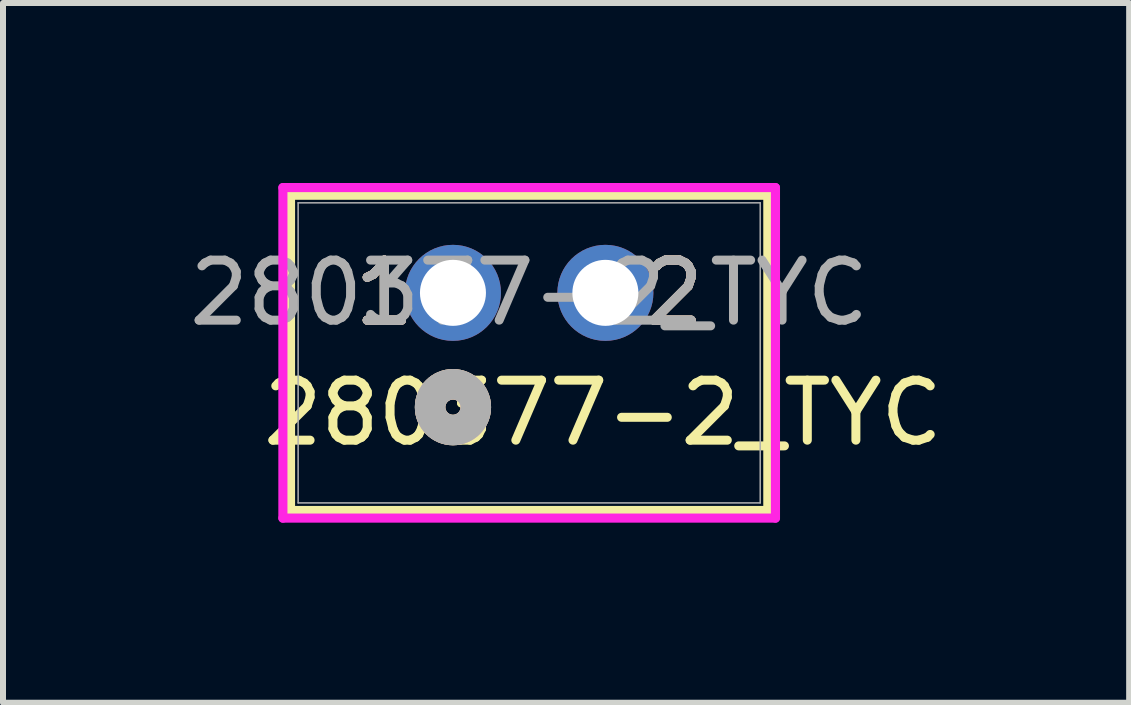
<source format=kicad_pcb>
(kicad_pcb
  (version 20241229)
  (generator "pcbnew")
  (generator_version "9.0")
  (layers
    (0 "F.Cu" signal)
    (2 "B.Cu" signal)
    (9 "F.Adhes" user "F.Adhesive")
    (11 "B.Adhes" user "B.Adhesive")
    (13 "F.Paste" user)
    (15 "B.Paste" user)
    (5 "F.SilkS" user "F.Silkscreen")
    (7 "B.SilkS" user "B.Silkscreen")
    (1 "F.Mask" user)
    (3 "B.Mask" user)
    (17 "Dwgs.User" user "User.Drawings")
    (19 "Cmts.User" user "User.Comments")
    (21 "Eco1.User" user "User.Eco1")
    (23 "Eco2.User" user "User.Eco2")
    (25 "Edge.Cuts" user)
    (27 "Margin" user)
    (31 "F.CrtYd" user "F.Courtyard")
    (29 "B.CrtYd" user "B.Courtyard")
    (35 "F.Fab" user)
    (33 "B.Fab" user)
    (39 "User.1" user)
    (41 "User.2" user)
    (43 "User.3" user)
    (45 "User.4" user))
  (footprint "280377-2_TYC"
    (layer "F.Cu")
    (at 4.498 1.83)
    (property "Reference" "280377-2_TYC" (at 2.5 2 0) (unlocked yes) (layer "F.SilkS") (effects (font (size 1 1) (thickness 0.15))))
    (attr through_hole)
    (fp_line (start -2.707 -1.627) (end -2.707 3.627) (stroke (width 0.152) (type solid)) (layer "F.SilkS"))
    (fp_line (start -2.707 3.627) (end 5.247 3.627) (stroke (width 0.152) (type solid)) (layer "F.SilkS"))
    (fp_line (start 5.247 -1.627) (end -2.707 -1.627) (stroke (width 0.152) (type solid)) (layer "F.SilkS"))
    (fp_line (start 5.247 3.627) (end 5.247 -1.627) (stroke (width 0.152) (type solid)) (layer "F.SilkS"))
    (fp_circle (center 0 1.905) (end 0.381 1.905) (stroke (width 0.508) (type solid)) (fill no) (layer "F.SilkS"))
    (fp_circle (center 0 1.905) (end 0.381 1.905) (stroke (width 0.508) (type solid)) (fill no) (layer "B.SilkS"))
    (fp_line (start -2.834 -1.754) (end -2.834 3.754) (stroke (width 0.152) (type solid)) (layer "F.CrtYd"))
    (fp_line (start -2.834 3.754) (end 5.374 3.754) (stroke (width 0.152) (type solid)) (layer "F.CrtYd"))
    (fp_line (start 5.374 -1.754) (end -2.834 -1.754) (stroke (width 0.152) (type solid)) (layer "F.CrtYd"))
    (fp_line (start 5.374 3.754) (end 5.374 -1.754) (stroke (width 0.152) (type solid)) (layer "F.CrtYd"))
    (fp_line (start -2.58 -1.5) (end -2.58 3.5) (stroke (width 0.025) (type solid)) (layer "F.Fab"))
    (fp_line (start -2.58 3.5) (end 5.12 3.5) (stroke (width 0.025) (type solid)) (layer "F.Fab"))
    (fp_line (start 5.12 -1.5) (end -2.58 -1.5) (stroke (width 0.025) (type solid)) (layer "F.Fab"))
    (fp_line (start 5.12 3.5) (end 5.12 -1.5) (stroke (width 0.025) (type solid)) (layer "F.Fab"))
    (fp_circle (center 0 1.905) (end 0.381 1.905) (stroke (width 0.508) (type solid)) (fill no) (layer "F.Fab"))
    (fp_text user "1" (at -1.143 0 0) (unlocked yes) (layer "F.SilkS") (effects (font (size 1 1) (thickness 0.15))))
    (fp_text user "1" (at -1.143 0 0) (unlocked yes) (layer "F.SilkS") (effects (font (size 1 1) (thickness 0.15))))
    (fp_text user "2" (at 3.683 0 0) (unlocked yes) (layer "F.SilkS") (effects (font (size 1 1) (thickness 0.15))))
    (fp_text user "2" (at 3.683 0 0) (unlocked yes) (layer "F.SilkS") (effects (font (size 1 1) (thickness 0.15))))
    (fp_text user "1" (at -1.143 0 0) (unlocked yes) (layer "B.SilkS") (effects (font (size 1 1) (thickness 0.15))))
    (fp_text user "1" (at -1.143 0 0) (unlocked yes) (layer "B.SilkS") (effects (font (size 1 1) (thickness 0.15))))
    (fp_text user "2" (at 3.683 0 0) (unlocked yes) (layer "B.SilkS") (effects (font (size 1 1) (thickness 0.15))))
    (fp_text user "2" (at 3.683 0 0) (unlocked yes) (layer "B.SilkS") (effects (font (size 1 1) (thickness 0.15))))
    (fp_text user "2" (at 3.683 0 0) (unlocked yes) (layer "F.Fab") (effects (font (size 1 1) (thickness 0.15))))
    (fp_text user "${REFERENCE}" (at 1.27 0 0) (unlocked yes) (layer "F.Fab") (effects (font (size 1 1) (thickness 0.15))))
    (fp_text user "1" (at -1.143 0 0) (unlocked yes) (layer "F.Fab") (effects (font (size 1 1) (thickness 0.15))))
    (fp_text user "2" (at 3.683 0 0) (unlocked yes) (layer "F.Fab") (effects (font (size 1 1) (thickness 0.15))))
    (fp_text user "1" (at -1.143 0 0) (unlocked yes) (layer "F.Fab") (effects (font (size 1 1) (thickness 0.15))))
    (pad "1" thru_hole circle (at 0 0) (size 1.6 1.6) (drill 1.1) (layers "*.Cu" "*.Mask"))
    (pad "2" thru_hole circle (at 2.54 0) (size 1.6 1.6) (drill 1.1) (layers "*.Cu" "*.Mask")))
  (gr_rect
    (start -3 -3)
    (end 15.766 8.66)
    (stroke (width 0.1) (type default))
    (fill no)
    (layer "Edge.Cuts")))
</source>
